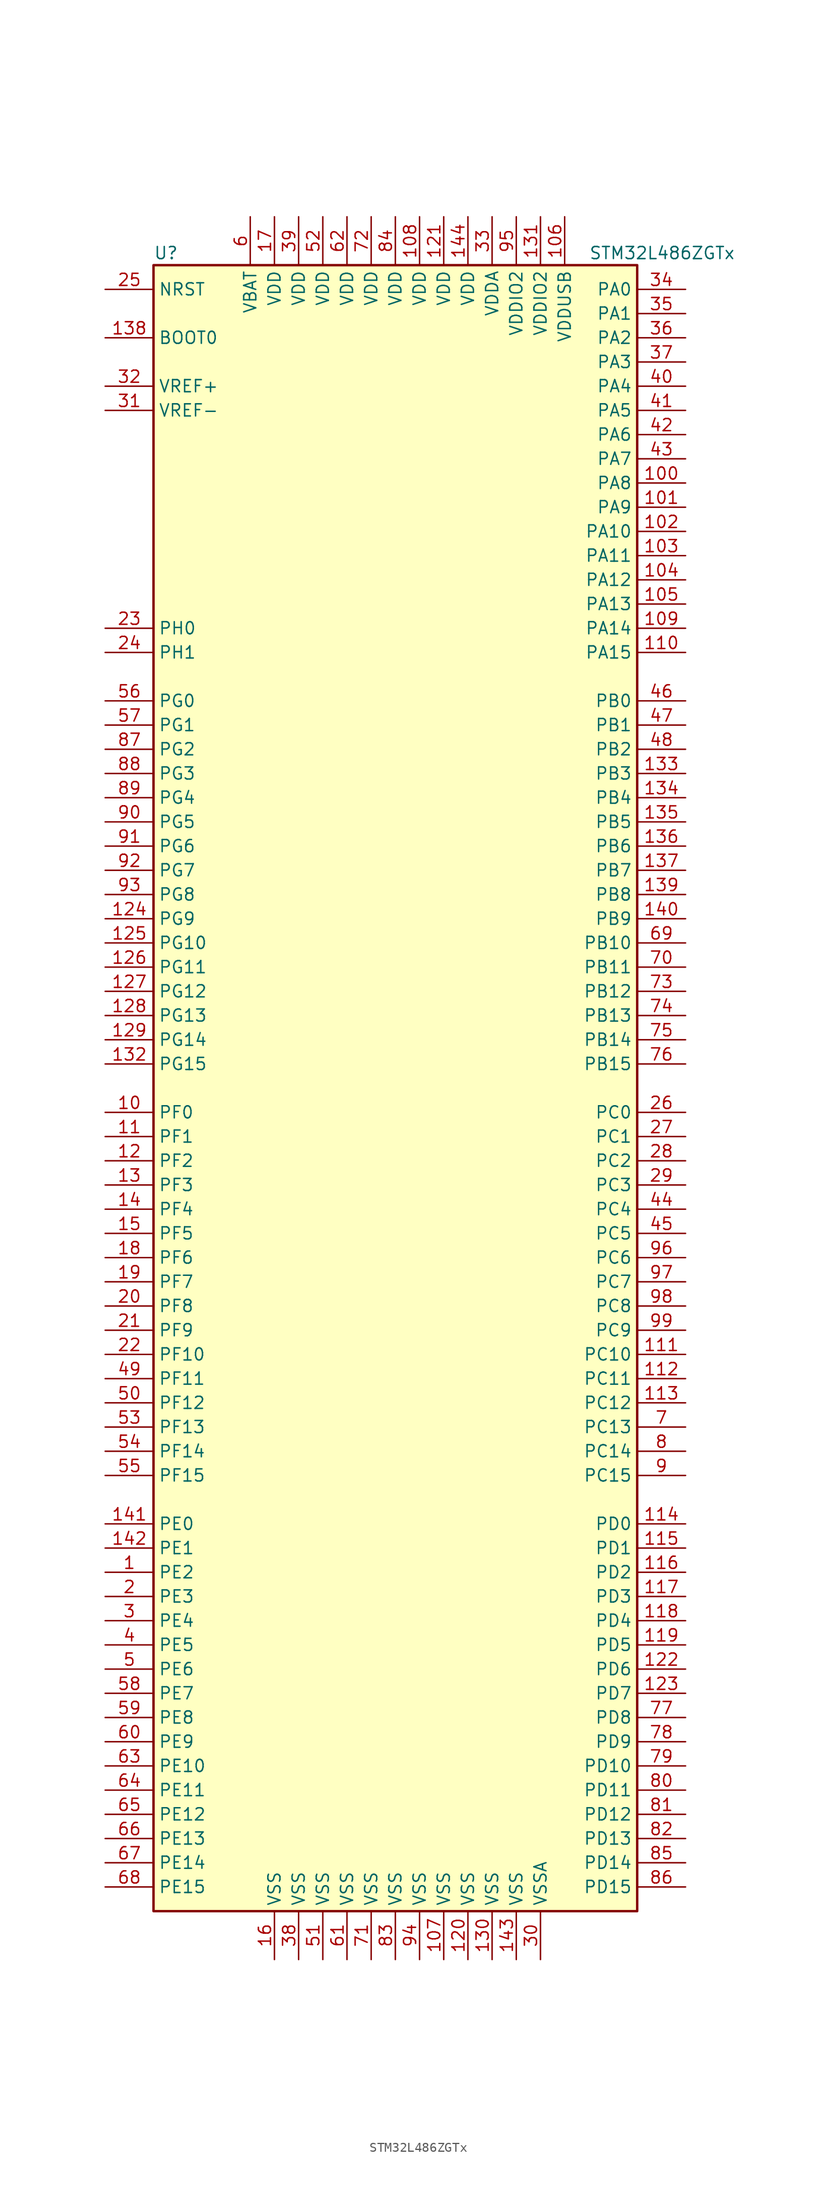
<source format=kicad_sym>
(kicad_symbol_lib
  (version 20201005)
  (generator kicad_symbol_editor)
  (symbol "STM32L486ZGTx"
    (property "Reference" "U"
      (at -25.4 87.63 0)
      (effects (font (size 1.27 1.27)) (justify left)))
    (property "Value" "STM32L486ZGTx"
      (at 20.32 87.63 0)
      (effects (font (size 1.27 1.27)) (justify left)))
    (symbol "STM32L486ZGTx_0_1"
      (rectangle (start -25.4 -86.36) (end 25.4 86.36) (stroke (width 0.254)) (fill (type background))))
    (symbol "STM32L486ZGTx_1_1"
      (pin input line (at -30.48 78.74 0) (length 5.08) (name "BOOT0" (effects (font (size 1.27 1.27)))) (number "138" (effects (font (size 1.27 1.27)))))
      (pin input line (at -30.48 83.82 0) (length 5.08) (name "NRST" (effects (font (size 1.27 1.27)))) (number "25" (effects (font (size 1.27 1.27)))))
      (pin bidirectional line (at 30.48 83.82 180) (length 5.08) (name "PA0" (effects (font (size 1.27 1.27)))) (number "34" (effects (font (size 1.27 1.27)))))
      (pin bidirectional line (at 30.48 81.28 180) (length 5.08) (name "PA1" (effects (font (size 1.27 1.27)))) (number "35" (effects (font (size 1.27 1.27)))))
      (pin bidirectional line (at 30.48 58.42 180) (length 5.08) (name "PA10" (effects (font (size 1.27 1.27)))) (number "102" (effects (font (size 1.27 1.27)))))
      (pin bidirectional line (at 30.48 55.88 180) (length 5.08) (name "PA11" (effects (font (size 1.27 1.27)))) (number "103" (effects (font (size 1.27 1.27)))))
      (pin bidirectional line (at 30.48 53.34 180) (length 5.08) (name "PA12" (effects (font (size 1.27 1.27)))) (number "104" (effects (font (size 1.27 1.27)))))
      (pin bidirectional line (at 30.48 50.8 180) (length 5.08) (name "PA13" (effects (font (size 1.27 1.27)))) (number "105" (effects (font (size 1.27 1.27)))))
      (pin bidirectional line (at 30.48 48.26 180) (length 5.08) (name "PA14" (effects (font (size 1.27 1.27)))) (number "109" (effects (font (size 1.27 1.27)))))
      (pin bidirectional line (at 30.48 45.72 180) (length 5.08) (name "PA15" (effects (font (size 1.27 1.27)))) (number "110" (effects (font (size 1.27 1.27)))))
      (pin bidirectional line (at 30.48 78.74 180) (length 5.08) (name "PA2" (effects (font (size 1.27 1.27)))) (number "36" (effects (font (size 1.27 1.27)))))
      (pin bidirectional line (at 30.48 76.2 180) (length 5.08) (name "PA3" (effects (font (size 1.27 1.27)))) (number "37" (effects (font (size 1.27 1.27)))))
      (pin bidirectional line (at 30.48 73.66 180) (length 5.08) (name "PA4" (effects (font (size 1.27 1.27)))) (number "40" (effects (font (size 1.27 1.27)))))
      (pin bidirectional line (at 30.48 71.12 180) (length 5.08) (name "PA5" (effects (font (size 1.27 1.27)))) (number "41" (effects (font (size 1.27 1.27)))))
      (pin bidirectional line (at 30.48 68.58 180) (length 5.08) (name "PA6" (effects (font (size 1.27 1.27)))) (number "42" (effects (font (size 1.27 1.27)))))
      (pin bidirectional line (at 30.48 66.04 180) (length 5.08) (name "PA7" (effects (font (size 1.27 1.27)))) (number "43" (effects (font (size 1.27 1.27)))))
      (pin bidirectional line (at 30.48 63.5 180) (length 5.08) (name "PA8" (effects (font (size 1.27 1.27)))) (number "100" (effects (font (size 1.27 1.27)))))
      (pin bidirectional line (at 30.48 60.96 180) (length 5.08) (name "PA9" (effects (font (size 1.27 1.27)))) (number "101" (effects (font (size 1.27 1.27)))))
      (pin bidirectional line (at 30.48 40.64 180) (length 5.08) (name "PB0" (effects (font (size 1.27 1.27)))) (number "46" (effects (font (size 1.27 1.27)))))
      (pin bidirectional line (at 30.48 38.1 180) (length 5.08) (name "PB1" (effects (font (size 1.27 1.27)))) (number "47" (effects (font (size 1.27 1.27)))))
      (pin bidirectional line (at 30.48 15.24 180) (length 5.08) (name "PB10" (effects (font (size 1.27 1.27)))) (number "69" (effects (font (size 1.27 1.27)))))
      (pin bidirectional line (at 30.48 12.7 180) (length 5.08) (name "PB11" (effects (font (size 1.27 1.27)))) (number "70" (effects (font (size 1.27 1.27)))))
      (pin bidirectional line (at 30.48 10.16 180) (length 5.08) (name "PB12" (effects (font (size 1.27 1.27)))) (number "73" (effects (font (size 1.27 1.27)))))
      (pin bidirectional line (at 30.48 7.62 180) (length 5.08) (name "PB13" (effects (font (size 1.27 1.27)))) (number "74" (effects (font (size 1.27 1.27)))))
      (pin bidirectional line (at 30.48 5.08 180) (length 5.08) (name "PB14" (effects (font (size 1.27 1.27)))) (number "75" (effects (font (size 1.27 1.27)))))
      (pin bidirectional line (at 30.48 2.54 180) (length 5.08) (name "PB15" (effects (font (size 1.27 1.27)))) (number "76" (effects (font (size 1.27 1.27)))))
      (pin bidirectional line (at 30.48 35.56 180) (length 5.08) (name "PB2" (effects (font (size 1.27 1.27)))) (number "48" (effects (font (size 1.27 1.27)))))
      (pin bidirectional line (at 30.48 33.02 180) (length 5.08) (name "PB3" (effects (font (size 1.27 1.27)))) (number "133" (effects (font (size 1.27 1.27)))))
      (pin bidirectional line (at 30.48 30.48 180) (length 5.08) (name "PB4" (effects (font (size 1.27 1.27)))) (number "134" (effects (font (size 1.27 1.27)))))
      (pin bidirectional line (at 30.48 27.94 180) (length 5.08) (name "PB5" (effects (font (size 1.27 1.27)))) (number "135" (effects (font (size 1.27 1.27)))))
      (pin bidirectional line (at 30.48 25.4 180) (length 5.08) (name "PB6" (effects (font (size 1.27 1.27)))) (number "136" (effects (font (size 1.27 1.27)))))
      (pin bidirectional line (at 30.48 22.86 180) (length 5.08) (name "PB7" (effects (font (size 1.27 1.27)))) (number "137" (effects (font (size 1.27 1.27)))))
      (pin bidirectional line (at 30.48 20.32 180) (length 5.08) (name "PB8" (effects (font (size 1.27 1.27)))) (number "139" (effects (font (size 1.27 1.27)))))
      (pin bidirectional line (at 30.48 17.78 180) (length 5.08) (name "PB9" (effects (font (size 1.27 1.27)))) (number "140" (effects (font (size 1.27 1.27)))))
      (pin bidirectional line (at 30.48 -2.54 180) (length 5.08) (name "PC0" (effects (font (size 1.27 1.27)))) (number "26" (effects (font (size 1.27 1.27)))))
      (pin bidirectional line (at 30.48 -5.08 180) (length 5.08) (name "PC1" (effects (font (size 1.27 1.27)))) (number "27" (effects (font (size 1.27 1.27)))))
      (pin bidirectional line (at 30.48 -27.94 180) (length 5.08) (name "PC10" (effects (font (size 1.27 1.27)))) (number "111" (effects (font (size 1.27 1.27)))))
      (pin bidirectional line (at 30.48 -30.48 180) (length 5.08) (name "PC11" (effects (font (size 1.27 1.27)))) (number "112" (effects (font (size 1.27 1.27)))))
      (pin bidirectional line (at 30.48 -33.02 180) (length 5.08) (name "PC12" (effects (font (size 1.27 1.27)))) (number "113" (effects (font (size 1.27 1.27)))))
      (pin bidirectional line (at 30.48 -35.56 180) (length 5.08) (name "PC13" (effects (font (size 1.27 1.27)))) (number "7" (effects (font (size 1.27 1.27)))))
      (pin bidirectional line (at 30.48 -38.1 180) (length 5.08) (name "PC14" (effects (font (size 1.27 1.27)))) (number "8" (effects (font (size 1.27 1.27)))))
      (pin bidirectional line (at 30.48 -40.64 180) (length 5.08) (name "PC15" (effects (font (size 1.27 1.27)))) (number "9" (effects (font (size 1.27 1.27)))))
      (pin bidirectional line (at 30.48 -7.62 180) (length 5.08) (name "PC2" (effects (font (size 1.27 1.27)))) (number "28" (effects (font (size 1.27 1.27)))))
      (pin bidirectional line (at 30.48 -10.16 180) (length 5.08) (name "PC3" (effects (font (size 1.27 1.27)))) (number "29" (effects (font (size 1.27 1.27)))))
      (pin bidirectional line (at 30.48 -12.7 180) (length 5.08) (name "PC4" (effects (font (size 1.27 1.27)))) (number "44" (effects (font (size 1.27 1.27)))))
      (pin bidirectional line (at 30.48 -15.24 180) (length 5.08) (name "PC5" (effects (font (size 1.27 1.27)))) (number "45" (effects (font (size 1.27 1.27)))))
      (pin bidirectional line (at 30.48 -17.78 180) (length 5.08) (name "PC6" (effects (font (size 1.27 1.27)))) (number "96" (effects (font (size 1.27 1.27)))))
      (pin bidirectional line (at 30.48 -20.32 180) (length 5.08) (name "PC7" (effects (font (size 1.27 1.27)))) (number "97" (effects (font (size 1.27 1.27)))))
      (pin bidirectional line (at 30.48 -22.86 180) (length 5.08) (name "PC8" (effects (font (size 1.27 1.27)))) (number "98" (effects (font (size 1.27 1.27)))))
      (pin bidirectional line (at 30.48 -25.4 180) (length 5.08) (name "PC9" (effects (font (size 1.27 1.27)))) (number "99" (effects (font (size 1.27 1.27)))))
      (pin bidirectional line (at 30.48 -45.72 180) (length 5.08) (name "PD0" (effects (font (size 1.27 1.27)))) (number "114" (effects (font (size 1.27 1.27)))))
      (pin bidirectional line (at 30.48 -48.26 180) (length 5.08) (name "PD1" (effects (font (size 1.27 1.27)))) (number "115" (effects (font (size 1.27 1.27)))))
      (pin bidirectional line (at 30.48 -71.12 180) (length 5.08) (name "PD10" (effects (font (size 1.27 1.27)))) (number "79" (effects (font (size 1.27 1.27)))))
      (pin bidirectional line (at 30.48 -73.66 180) (length 5.08) (name "PD11" (effects (font (size 1.27 1.27)))) (number "80" (effects (font (size 1.27 1.27)))))
      (pin bidirectional line (at 30.48 -76.2 180) (length 5.08) (name "PD12" (effects (font (size 1.27 1.27)))) (number "81" (effects (font (size 1.27 1.27)))))
      (pin bidirectional line (at 30.48 -78.74 180) (length 5.08) (name "PD13" (effects (font (size 1.27 1.27)))) (number "82" (effects (font (size 1.27 1.27)))))
      (pin bidirectional line (at 30.48 -81.28 180) (length 5.08) (name "PD14" (effects (font (size 1.27 1.27)))) (number "85" (effects (font (size 1.27 1.27)))))
      (pin bidirectional line (at 30.48 -83.82 180) (length 5.08) (name "PD15" (effects (font (size 1.27 1.27)))) (number "86" (effects (font (size 1.27 1.27)))))
      (pin bidirectional line (at 30.48 -50.8 180) (length 5.08) (name "PD2" (effects (font (size 1.27 1.27)))) (number "116" (effects (font (size 1.27 1.27)))))
      (pin bidirectional line (at 30.48 -53.34 180) (length 5.08) (name "PD3" (effects (font (size 1.27 1.27)))) (number "117" (effects (font (size 1.27 1.27)))))
      (pin bidirectional line (at 30.48 -55.88 180) (length 5.08) (name "PD4" (effects (font (size 1.27 1.27)))) (number "118" (effects (font (size 1.27 1.27)))))
      (pin bidirectional line (at 30.48 -58.42 180) (length 5.08) (name "PD5" (effects (font (size 1.27 1.27)))) (number "119" (effects (font (size 1.27 1.27)))))
      (pin bidirectional line (at 30.48 -60.96 180) (length 5.08) (name "PD6" (effects (font (size 1.27 1.27)))) (number "122" (effects (font (size 1.27 1.27)))))
      (pin bidirectional line (at 30.48 -63.5 180) (length 5.08) (name "PD7" (effects (font (size 1.27 1.27)))) (number "123" (effects (font (size 1.27 1.27)))))
      (pin bidirectional line (at 30.48 -66.04 180) (length 5.08) (name "PD8" (effects (font (size 1.27 1.27)))) (number "77" (effects (font (size 1.27 1.27)))))
      (pin bidirectional line (at 30.48 -68.58 180) (length 5.08) (name "PD9" (effects (font (size 1.27 1.27)))) (number "78" (effects (font (size 1.27 1.27)))))
      (pin bidirectional line (at -30.48 -45.72 0) (length 5.08) (name "PE0" (effects (font (size 1.27 1.27)))) (number "141" (effects (font (size 1.27 1.27)))))
      (pin bidirectional line (at -30.48 -48.26 0) (length 5.08) (name "PE1" (effects (font (size 1.27 1.27)))) (number "142" (effects (font (size 1.27 1.27)))))
      (pin bidirectional line (at -30.48 -71.12 0) (length 5.08) (name "PE10" (effects (font (size 1.27 1.27)))) (number "63" (effects (font (size 1.27 1.27)))))
      (pin bidirectional line (at -30.48 -73.66 0) (length 5.08) (name "PE11" (effects (font (size 1.27 1.27)))) (number "64" (effects (font (size 1.27 1.27)))))
      (pin bidirectional line (at -30.48 -76.2 0) (length 5.08) (name "PE12" (effects (font (size 1.27 1.27)))) (number "65" (effects (font (size 1.27 1.27)))))
      (pin bidirectional line (at -30.48 -78.74 0) (length 5.08) (name "PE13" (effects (font (size 1.27 1.27)))) (number "66" (effects (font (size 1.27 1.27)))))
      (pin bidirectional line (at -30.48 -81.28 0) (length 5.08) (name "PE14" (effects (font (size 1.27 1.27)))) (number "67" (effects (font (size 1.27 1.27)))))
      (pin bidirectional line (at -30.48 -83.82 0) (length 5.08) (name "PE15" (effects (font (size 1.27 1.27)))) (number "68" (effects (font (size 1.27 1.27)))))
      (pin bidirectional line (at -30.48 -50.8 0) (length 5.08) (name "PE2" (effects (font (size 1.27 1.27)))) (number "1" (effects (font (size 1.27 1.27)))))
      (pin bidirectional line (at -30.48 -53.34 0) (length 5.08) (name "PE3" (effects (font (size 1.27 1.27)))) (number "2" (effects (font (size 1.27 1.27)))))
      (pin bidirectional line (at -30.48 -55.88 0) (length 5.08) (name "PE4" (effects (font (size 1.27 1.27)))) (number "3" (effects (font (size 1.27 1.27)))))
      (pin bidirectional line (at -30.48 -58.42 0) (length 5.08) (name "PE5" (effects (font (size 1.27 1.27)))) (number "4" (effects (font (size 1.27 1.27)))))
      (pin bidirectional line (at -30.48 -60.96 0) (length 5.08) (name "PE6" (effects (font (size 1.27 1.27)))) (number "5" (effects (font (size 1.27 1.27)))))
      (pin bidirectional line (at -30.48 -63.5 0) (length 5.08) (name "PE7" (effects (font (size 1.27 1.27)))) (number "58" (effects (font (size 1.27 1.27)))))
      (pin bidirectional line (at -30.48 -66.04 0) (length 5.08) (name "PE8" (effects (font (size 1.27 1.27)))) (number "59" (effects (font (size 1.27 1.27)))))
      (pin bidirectional line (at -30.48 -68.58 0) (length 5.08) (name "PE9" (effects (font (size 1.27 1.27)))) (number "60" (effects (font (size 1.27 1.27)))))
      (pin bidirectional line (at -30.48 -2.54 0) (length 5.08) (name "PF0" (effects (font (size 1.27 1.27)))) (number "10" (effects (font (size 1.27 1.27)))))
      (pin bidirectional line (at -30.48 -5.08 0) (length 5.08) (name "PF1" (effects (font (size 1.27 1.27)))) (number "11" (effects (font (size 1.27 1.27)))))
      (pin bidirectional line (at -30.48 -27.94 0) (length 5.08) (name "PF10" (effects (font (size 1.27 1.27)))) (number "22" (effects (font (size 1.27 1.27)))))
      (pin bidirectional line (at -30.48 -30.48 0) (length 5.08) (name "PF11" (effects (font (size 1.27 1.27)))) (number "49" (effects (font (size 1.27 1.27)))))
      (pin bidirectional line (at -30.48 -33.02 0) (length 5.08) (name "PF12" (effects (font (size 1.27 1.27)))) (number "50" (effects (font (size 1.27 1.27)))))
      (pin bidirectional line (at -30.48 -35.56 0) (length 5.08) (name "PF13" (effects (font (size 1.27 1.27)))) (number "53" (effects (font (size 1.27 1.27)))))
      (pin bidirectional line (at -30.48 -38.1 0) (length 5.08) (name "PF14" (effects (font (size 1.27 1.27)))) (number "54" (effects (font (size 1.27 1.27)))))
      (pin bidirectional line (at -30.48 -40.64 0) (length 5.08) (name "PF15" (effects (font (size 1.27 1.27)))) (number "55" (effects (font (size 1.27 1.27)))))
      (pin bidirectional line (at -30.48 -7.62 0) (length 5.08) (name "PF2" (effects (font (size 1.27 1.27)))) (number "12" (effects (font (size 1.27 1.27)))))
      (pin bidirectional line (at -30.48 -10.16 0) (length 5.08) (name "PF3" (effects (font (size 1.27 1.27)))) (number "13" (effects (font (size 1.27 1.27)))))
      (pin bidirectional line (at -30.48 -12.7 0) (length 5.08) (name "PF4" (effects (font (size 1.27 1.27)))) (number "14" (effects (font (size 1.27 1.27)))))
      (pin bidirectional line (at -30.48 -15.24 0) (length 5.08) (name "PF5" (effects (font (size 1.27 1.27)))) (number "15" (effects (font (size 1.27 1.27)))))
      (pin bidirectional line (at -30.48 -17.78 0) (length 5.08) (name "PF6" (effects (font (size 1.27 1.27)))) (number "18" (effects (font (size 1.27 1.27)))))
      (pin bidirectional line (at -30.48 -20.32 0) (length 5.08) (name "PF7" (effects (font (size 1.27 1.27)))) (number "19" (effects (font (size 1.27 1.27)))))
      (pin bidirectional line (at -30.48 -22.86 0) (length 5.08) (name "PF8" (effects (font (size 1.27 1.27)))) (number "20" (effects (font (size 1.27 1.27)))))
      (pin bidirectional line (at -30.48 -25.4 0) (length 5.08) (name "PF9" (effects (font (size 1.27 1.27)))) (number "21" (effects (font (size 1.27 1.27)))))
      (pin bidirectional line (at -30.48 40.64 0) (length 5.08) (name "PG0" (effects (font (size 1.27 1.27)))) (number "56" (effects (font (size 1.27 1.27)))))
      (pin bidirectional line (at -30.48 38.1 0) (length 5.08) (name "PG1" (effects (font (size 1.27 1.27)))) (number "57" (effects (font (size 1.27 1.27)))))
      (pin bidirectional line (at -30.48 15.24 0) (length 5.08) (name "PG10" (effects (font (size 1.27 1.27)))) (number "125" (effects (font (size 1.27 1.27)))))
      (pin bidirectional line (at -30.48 12.7 0) (length 5.08) (name "PG11" (effects (font (size 1.27 1.27)))) (number "126" (effects (font (size 1.27 1.27)))))
      (pin bidirectional line (at -30.48 10.16 0) (length 5.08) (name "PG12" (effects (font (size 1.27 1.27)))) (number "127" (effects (font (size 1.27 1.27)))))
      (pin bidirectional line (at -30.48 7.62 0) (length 5.08) (name "PG13" (effects (font (size 1.27 1.27)))) (number "128" (effects (font (size 1.27 1.27)))))
      (pin bidirectional line (at -30.48 5.08 0) (length 5.08) (name "PG14" (effects (font (size 1.27 1.27)))) (number "129" (effects (font (size 1.27 1.27)))))
      (pin bidirectional line (at -30.48 2.54 0) (length 5.08) (name "PG15" (effects (font (size 1.27 1.27)))) (number "132" (effects (font (size 1.27 1.27)))))
      (pin bidirectional line (at -30.48 35.56 0) (length 5.08) (name "PG2" (effects (font (size 1.27 1.27)))) (number "87" (effects (font (size 1.27 1.27)))))
      (pin bidirectional line (at -30.48 33.02 0) (length 5.08) (name "PG3" (effects (font (size 1.27 1.27)))) (number "88" (effects (font (size 1.27 1.27)))))
      (pin bidirectional line (at -30.48 30.48 0) (length 5.08) (name "PG4" (effects (font (size 1.27 1.27)))) (number "89" (effects (font (size 1.27 1.27)))))
      (pin bidirectional line (at -30.48 27.94 0) (length 5.08) (name "PG5" (effects (font (size 1.27 1.27)))) (number "90" (effects (font (size 1.27 1.27)))))
      (pin bidirectional line (at -30.48 25.4 0) (length 5.08) (name "PG6" (effects (font (size 1.27 1.27)))) (number "91" (effects (font (size 1.27 1.27)))))
      (pin bidirectional line (at -30.48 22.86 0) (length 5.08) (name "PG7" (effects (font (size 1.27 1.27)))) (number "92" (effects (font (size 1.27 1.27)))))
      (pin bidirectional line (at -30.48 20.32 0) (length 5.08) (name "PG8" (effects (font (size 1.27 1.27)))) (number "93" (effects (font (size 1.27 1.27)))))
      (pin bidirectional line (at -30.48 17.78 0) (length 5.08) (name "PG9" (effects (font (size 1.27 1.27)))) (number "124" (effects (font (size 1.27 1.27)))))
      (pin input line (at -30.48 48.26 0) (length 5.08) (name "PH0" (effects (font (size 1.27 1.27)))) (number "23" (effects (font (size 1.27 1.27)))))
      (pin input line (at -30.48 45.72 0) (length 5.08) (name "PH1" (effects (font (size 1.27 1.27)))) (number "24" (effects (font (size 1.27 1.27)))))
      (pin power_in line (at -15.24 91.44 270) (length 5.08) (name "VBAT" (effects (font (size 1.27 1.27)))) (number "6" (effects (font (size 1.27 1.27)))))
      (pin power_in line (at 2.54 91.44 270) (length 5.08) (name "VDD" (effects (font (size 1.27 1.27)))) (number "108" (effects (font (size 1.27 1.27)))))
      (pin power_in line (at 5.08 91.44 270) (length 5.08) (name "VDD" (effects (font (size 1.27 1.27)))) (number "121" (effects (font (size 1.27 1.27)))))
      (pin power_in line (at 7.62 91.44 270) (length 5.08) (name "VDD" (effects (font (size 1.27 1.27)))) (number "144" (effects (font (size 1.27 1.27)))))
      (pin power_in line (at -12.7 91.44 270) (length 5.08) (name "VDD" (effects (font (size 1.27 1.27)))) (number "17" (effects (font (size 1.27 1.27)))))
      (pin power_in line (at -10.16 91.44 270) (length 5.08) (name "VDD" (effects (font (size 1.27 1.27)))) (number "39" (effects (font (size 1.27 1.27)))))
      (pin power_in line (at -7.62 91.44 270) (length 5.08) (name "VDD" (effects (font (size 1.27 1.27)))) (number "52" (effects (font (size 1.27 1.27)))))
      (pin power_in line (at -5.08 91.44 270) (length 5.08) (name "VDD" (effects (font (size 1.27 1.27)))) (number "62" (effects (font (size 1.27 1.27)))))
      (pin power_in line (at -2.54 91.44 270) (length 5.08) (name "VDD" (effects (font (size 1.27 1.27)))) (number "72" (effects (font (size 1.27 1.27)))))
      (pin power_in line (at 0 91.44 270) (length 5.08) (name "VDD" (effects (font (size 1.27 1.27)))) (number "84" (effects (font (size 1.27 1.27)))))
      (pin power_in line (at 10.16 91.44 270) (length 5.08) (name "VDDA" (effects (font (size 1.27 1.27)))) (number "33" (effects (font (size 1.27 1.27)))))
      (pin power_in line (at 15.24 91.44 270) (length 5.08) (name "VDDIO2" (effects (font (size 1.27 1.27)))) (number "131" (effects (font (size 1.27 1.27)))))
      (pin power_in line (at 12.7 91.44 270) (length 5.08) (name "VDDIO2" (effects (font (size 1.27 1.27)))) (number "95" (effects (font (size 1.27 1.27)))))
      (pin power_in line (at 17.78 91.44 270) (length 5.08) (name "VDDUSB" (effects (font (size 1.27 1.27)))) (number "106" (effects (font (size 1.27 1.27)))))
      (pin bidirectional line (at -30.48 73.66 0) (length 5.08) (name "VREF+" (effects (font (size 1.27 1.27)))) (number "32" (effects (font (size 1.27 1.27)))))
      (pin power_in line (at -30.48 71.12 0) (length 5.08) (name "VREF-" (effects (font (size 1.27 1.27)))) (number "31" (effects (font (size 1.27 1.27)))))
      (pin power_in line (at 5.08 -91.44 90) (length 5.08) (name "VSS" (effects (font (size 1.27 1.27)))) (number "107" (effects (font (size 1.27 1.27)))))
      (pin power_in line (at 7.62 -91.44 90) (length 5.08) (name "VSS" (effects (font (size 1.27 1.27)))) (number "120" (effects (font (size 1.27 1.27)))))
      (pin power_in line (at 10.16 -91.44 90) (length 5.08) (name "VSS" (effects (font (size 1.27 1.27)))) (number "130" (effects (font (size 1.27 1.27)))))
      (pin power_in line (at 12.7 -91.44 90) (length 5.08) (name "VSS" (effects (font (size 1.27 1.27)))) (number "143" (effects (font (size 1.27 1.27)))))
      (pin power_in line (at -12.7 -91.44 90) (length 5.08) (name "VSS" (effects (font (size 1.27 1.27)))) (number "16" (effects (font (size 1.27 1.27)))))
      (pin power_in line (at -10.16 -91.44 90) (length 5.08) (name "VSS" (effects (font (size 1.27 1.27)))) (number "38" (effects (font (size 1.27 1.27)))))
      (pin power_in line (at -7.62 -91.44 90) (length 5.08) (name "VSS" (effects (font (size 1.27 1.27)))) (number "51" (effects (font (size 1.27 1.27)))))
      (pin power_in line (at -5.08 -91.44 90) (length 5.08) (name "VSS" (effects (font (size 1.27 1.27)))) (number "61" (effects (font (size 1.27 1.27)))))
      (pin power_in line (at -2.54 -91.44 90) (length 5.08) (name "VSS" (effects (font (size 1.27 1.27)))) (number "71" (effects (font (size 1.27 1.27)))))
      (pin power_in line (at 0 -91.44 90) (length 5.08) (name "VSS" (effects (font (size 1.27 1.27)))) (number "83" (effects (font (size 1.27 1.27)))))
      (pin power_in line (at 2.54 -91.44 90) (length 5.08) (name "VSS" (effects (font (size 1.27 1.27)))) (number "94" (effects (font (size 1.27 1.27)))))
      (pin power_in line (at 15.24 -91.44 90) (length 5.08) (name "VSSA" (effects (font (size 1.27 1.27)))) (number "30" (effects (font (size 1.27 1.27))))))))
</source>
